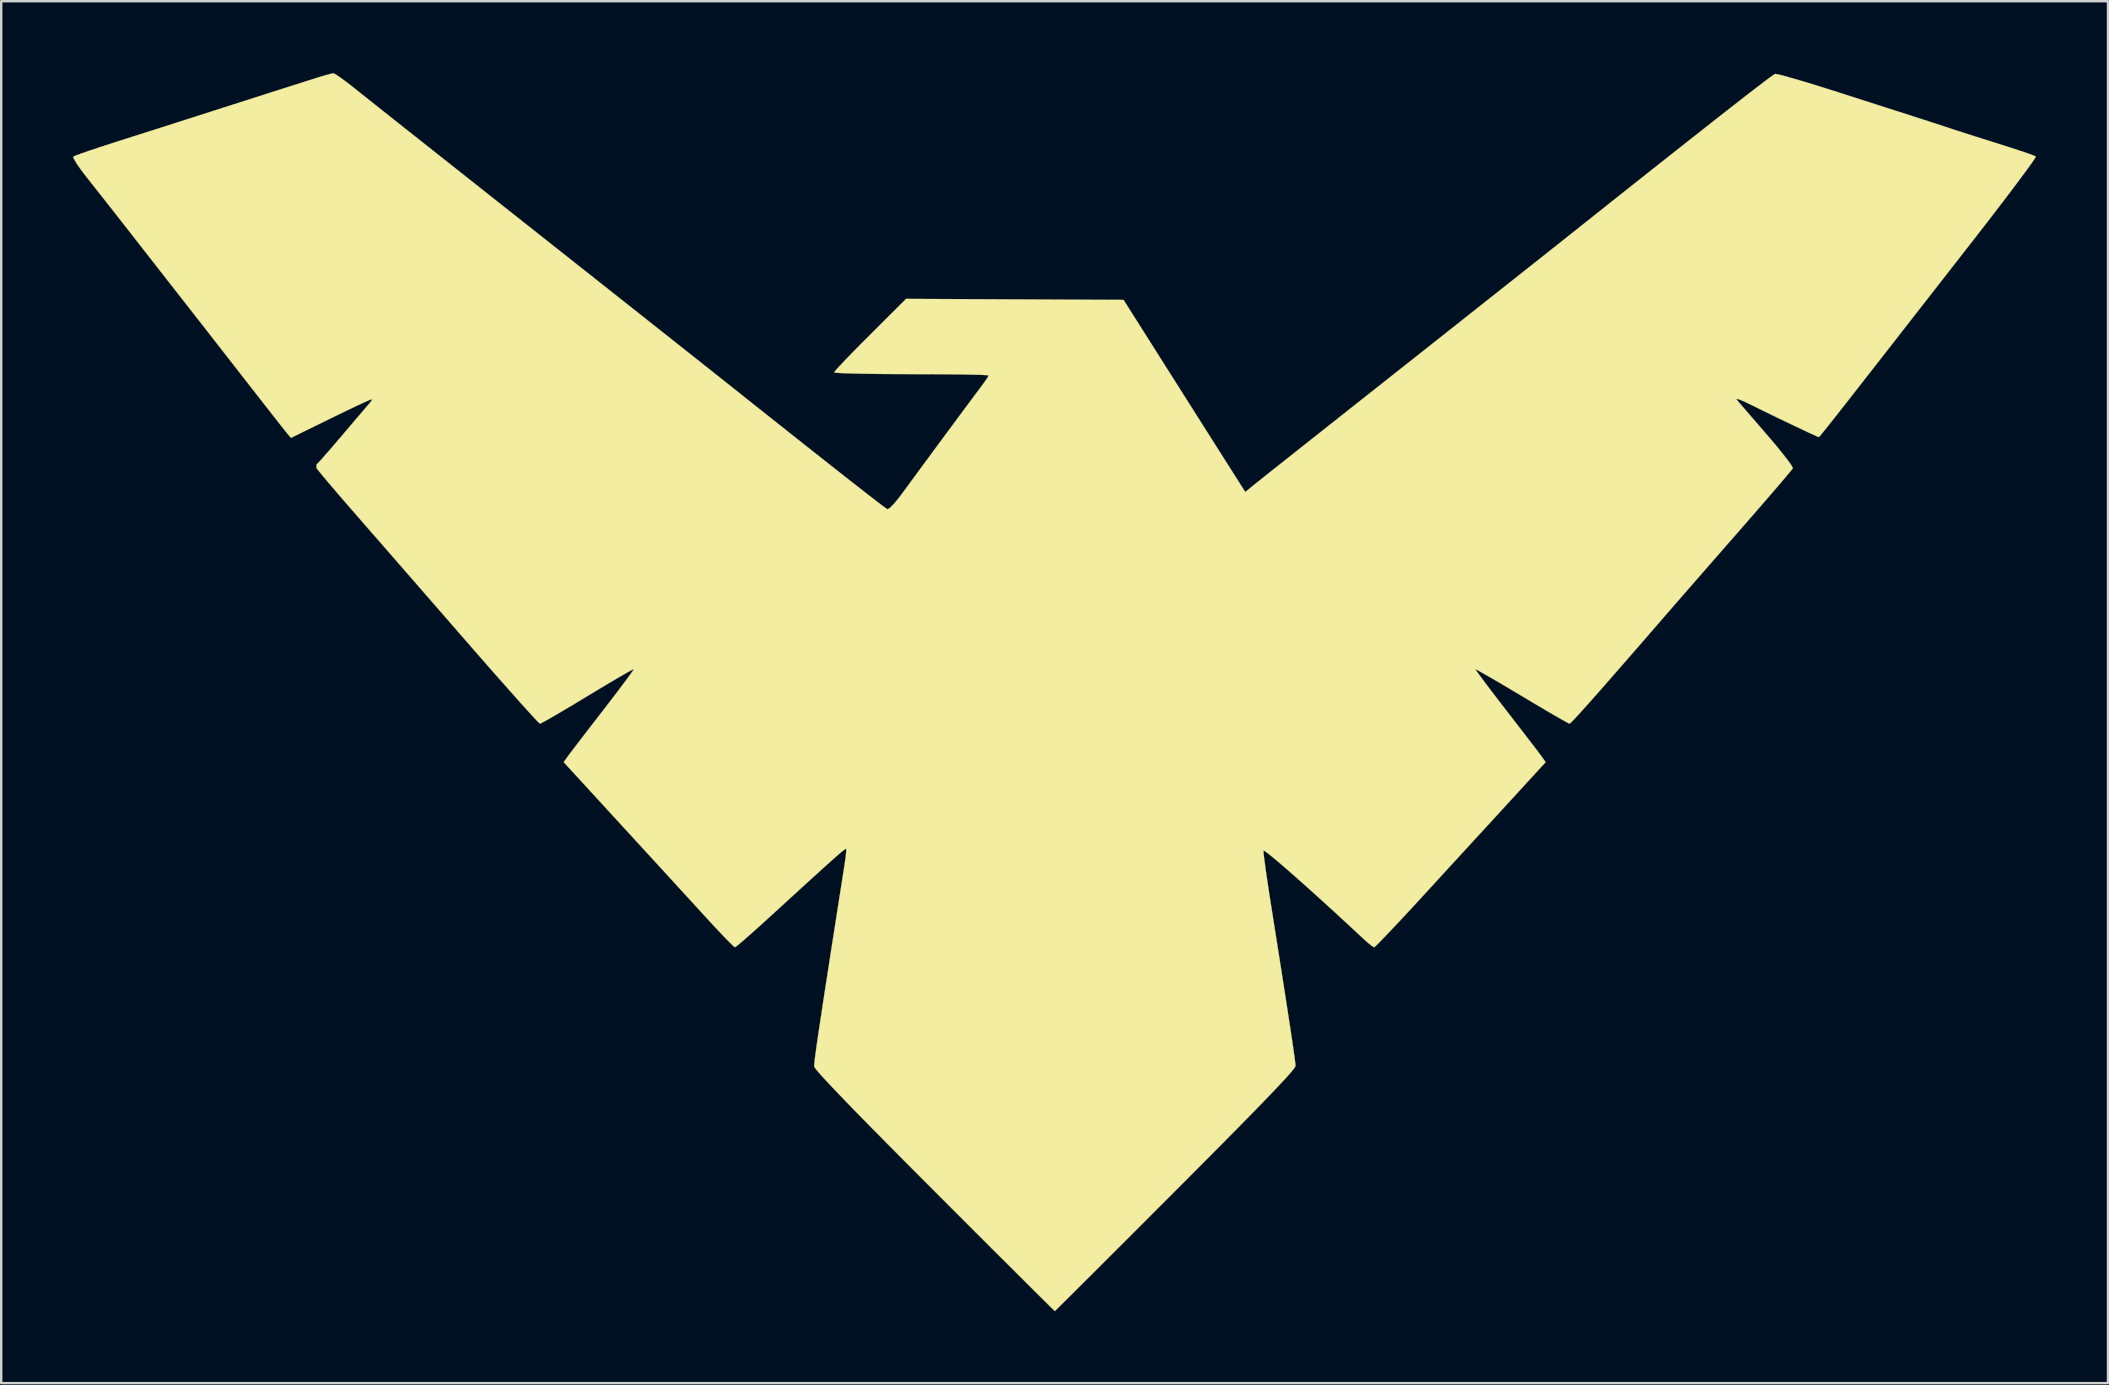
<source format=kicad_pcb>
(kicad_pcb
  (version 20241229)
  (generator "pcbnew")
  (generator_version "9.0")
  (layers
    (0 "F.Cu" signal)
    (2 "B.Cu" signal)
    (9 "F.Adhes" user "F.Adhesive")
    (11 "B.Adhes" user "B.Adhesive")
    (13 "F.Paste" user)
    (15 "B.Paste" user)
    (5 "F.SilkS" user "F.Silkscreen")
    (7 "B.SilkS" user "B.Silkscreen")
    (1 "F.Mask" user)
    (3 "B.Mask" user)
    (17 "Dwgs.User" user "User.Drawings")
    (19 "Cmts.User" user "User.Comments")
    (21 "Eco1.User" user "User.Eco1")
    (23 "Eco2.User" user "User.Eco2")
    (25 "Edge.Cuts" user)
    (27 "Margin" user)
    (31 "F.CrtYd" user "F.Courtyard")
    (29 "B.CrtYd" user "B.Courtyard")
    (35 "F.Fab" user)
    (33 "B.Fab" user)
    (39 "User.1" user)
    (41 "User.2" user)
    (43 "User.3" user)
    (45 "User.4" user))
  (footprint "nightwing_large"
    (layer "F.Cu")
    (at 40.76 24.896)
    (property "Reference" "nightwing_large" (at 0 0 0) (layer "F.SilkS") (effects (font (size 1.524 1.524) (thickness 0.3))))
    (attr through_hole)
    (fp_poly (pts (xy -29.816 -24.841) (xy -29.614 -24.703) (xy -29.336 -24.497) (xy -29.01 -24.243) (xy -28.942 -24.188) (xy -28.748 -24.033) (xy -28.432 -23.781) (xy -28.004 -23.442) (xy -27.477 -23.023) (xy -26.86 -22.535) (xy -26.165 -21.984) (xy -25.402 -21.38) (xy -24.583 -20.732) (xy -23.718 -20.048) (xy -22.818 -19.336) (xy -21.895 -18.606) (xy -21.759 -18.499) (xy -20.807 -17.746) (xy -19.857 -16.995) (xy -18.925 -16.258) (xy -18.021 -15.543) (xy -17.161 -14.863) (xy -16.356 -14.226) (xy -15.619 -13.643) (xy -14.964 -13.124) (xy -14.404 -12.68) (xy -13.951 -12.321) (xy -13.631 -12.067) (xy -12.384 -11.076) (xy -11.267 -10.19) (xy -10.279 -9.407) (xy -9.418 -8.727) (xy -8.684 -8.149) (xy -8.074 -7.671) (xy -7.588 -7.292) (xy -7.223 -7.011) (xy -6.979 -6.827) (xy -6.853 -6.739) (xy -6.838 -6.731) (xy -6.745 -6.78) (xy -6.58 -6.943) (xy -6.369 -7.198) (xy -6.224 -7.39) (xy -5.991 -7.708) (xy -5.69 -8.119) (xy -5.338 -8.597) (xy -4.955 -9.117) (xy -4.557 -9.656) (xy -4.163 -10.188) (xy -3.792 -10.689) (xy -3.461 -11.135) (xy -3.189 -11.502) (xy -2.993 -11.763) (xy -2.951 -11.819) (xy -2.782 -12.05) (xy -2.664 -12.227) (xy -2.625 -12.306) (xy -2.706 -12.318) (xy -2.939 -12.33) (xy -3.304 -12.34) (xy -3.783 -12.348) (xy -4.358 -12.355) (xy -5.011 -12.359) (xy -5.722 -12.361) (xy -5.842 -12.361) (xy -6.561 -12.363) (xy -7.225 -12.368) (xy -7.813 -12.377) (xy -8.31 -12.388) (xy -8.694 -12.401) (xy -8.95 -12.415) (xy -9.057 -12.431) (xy -9.059 -12.434) (xy -9.002 -12.511) (xy -8.84 -12.691) (xy -8.59 -12.955) (xy -8.268 -13.288) (xy -7.89 -13.672) (xy -7.561 -14.001) (xy -6.063 -15.495) (xy -1.534 -15.474) (xy 2.996 -15.452) (xy 4.041 -13.801) (xy 4.364 -13.29) (xy 4.754 -12.673) (xy 5.189 -11.987) (xy 5.645 -11.267) (xy 6.099 -10.551) (xy 6.527 -9.876) (xy 6.575 -9.799) (xy 8.066 -7.449) (xy 8.414 -7.733) (xy 8.56 -7.85) (xy 8.821 -8.058) (xy 9.18 -8.344) (xy 9.621 -8.693) (xy 10.125 -9.093) (xy 10.675 -9.528) (xy 11.255 -9.987) (xy 11.27 -9.999) (xy 12.831 -11.233) (xy 14.287 -12.384) (xy 15.635 -13.45) (xy 16.872 -14.428) (xy 17.995 -15.317) (xy 19.001 -16.113) (xy 19.888 -16.815) (xy 20.652 -17.42) (xy 21.29 -17.926) (xy 21.8 -18.331) (xy 22.013 -18.5) (xy 23.34 -19.555) (xy 24.555 -20.519) (xy 25.657 -21.39) (xy 26.642 -22.168) (xy 27.51 -22.851) (xy 28.258 -23.438) (xy 28.884 -23.926) (xy 29.387 -24.314) (xy 29.763 -24.601) (xy 30.013 -24.785) (xy 30.133 -24.864) (xy 30.14 -24.867) (xy 30.251 -24.851) (xy 30.503 -24.787) (xy 30.874 -24.683) (xy 31.345 -24.545) (xy 31.894 -24.377) (xy 32.501 -24.187) (xy 32.811 -24.088) (xy 33.481 -23.873) (xy 34.139 -23.661) (xy 34.756 -23.463) (xy 35.306 -23.287) (xy 35.758 -23.142) (xy 36.086 -23.036) (xy 36.153 -23.015) (xy 36.562 -22.883) (xy 36.971 -22.75) (xy 37.314 -22.637) (xy 37.423 -22.601) (xy 37.655 -22.524) (xy 38.013 -22.409) (xy 38.46 -22.266) (xy 38.961 -22.108) (xy 39.412 -21.965) (xy 39.894 -21.812) (xy 40.32 -21.673) (xy 40.664 -21.556) (xy 40.9 -21.471) (xy 41 -21.427) (xy 41.001 -21.427) (xy 40.963 -21.351) (xy 40.829 -21.155) (xy 40.609 -20.85) (xy 40.312 -20.449) (xy 39.948 -19.964) (xy 39.525 -19.409) (xy 39.054 -18.795) (xy 38.542 -18.134) (xy 38.262 -17.775) (xy 37.657 -16.999) (xy 37.024 -16.187) (xy 36.381 -15.363) (xy 35.747 -14.551) (xy 35.143 -13.776) (xy 34.587 -13.063) (xy 34.098 -12.437) (xy 33.725 -11.959) (xy 33.311 -11.429) (xy 32.931 -10.945) (xy 32.597 -10.521) (xy 32.321 -10.173) (xy 32.116 -9.917) (xy 31.994 -9.769) (xy 31.964 -9.737) (xy 31.876 -9.772) (xy 31.664 -9.867) (xy 31.356 -10.011) (xy 30.98 -10.189) (xy 30.563 -10.388) (xy 30.135 -10.594) (xy 29.721 -10.795) (xy 29.352 -10.977) (xy 29.21 -11.048) (xy 28.856 -11.218) (xy 28.625 -11.313) (xy 28.527 -11.329) (xy 28.54 -11.292) (xy 28.635 -11.181) (xy 28.822 -10.964) (xy 29.081 -10.664) (xy 29.394 -10.303) (xy 29.74 -9.902) (xy 29.796 -9.837) (xy 30.134 -9.44) (xy 30.427 -9.081) (xy 30.659 -8.783) (xy 30.815 -8.566) (xy 30.877 -8.45) (xy 30.877 -8.44) (xy 30.813 -8.356) (xy 30.651 -8.159) (xy 30.401 -7.864) (xy 30.076 -7.484) (xy 29.688 -7.035) (xy 29.249 -6.529) (xy 28.773 -5.983) (xy 28.647 -5.839) (xy 28.121 -5.238) (xy 27.595 -4.636) (xy 27.087 -4.054) (xy 26.615 -3.513) (xy 26.199 -3.036) (xy 25.858 -2.644) (xy 25.618 -2.368) (xy 24.756 -1.373) (xy 24.002 -0.505) (xy 23.353 0.238) (xy 22.809 0.859) (xy 22.366 1.359) (xy 22.023 1.741) (xy 21.778 2.007) (xy 21.629 2.16) (xy 21.576 2.201) (xy 21.488 2.159) (xy 21.275 2.041) (xy 20.956 1.859) (xy 20.552 1.623) (xy 20.082 1.345) (xy 19.593 1.053) (xy 19.082 0.748) (xy 18.62 0.475) (xy 18.227 0.246) (xy 17.922 0.072) (xy 17.724 -0.037) (xy 17.653 -0.069) (xy 17.696 0.002) (xy 17.83 0.189) (xy 18.04 0.473) (xy 18.314 0.836) (xy 18.639 1.26) (xy 18.94 1.651) (xy 19.308 2.127) (xy 19.65 2.569) (xy 19.948 2.958) (xy 20.188 3.271) (xy 20.352 3.487) (xy 20.416 3.574) (xy 20.58 3.803) (xy 19.16 5.352) (xy 18.765 5.783) (xy 18.405 6.175) (xy 18.097 6.511) (xy 17.858 6.771) (xy 17.704 6.939) (xy 17.654 6.992) (xy 17.579 7.074) (xy 17.403 7.266) (xy 17.139 7.554) (xy 16.802 7.921) (xy 16.404 8.354) (xy 15.961 8.838) (xy 15.538 9.3) (xy 15.066 9.812) (xy 14.629 10.283) (xy 14.24 10.698) (xy 13.913 11.042) (xy 13.661 11.303) (xy 13.497 11.465) (xy 13.436 11.515) (xy 13.342 11.461) (xy 13.166 11.32) (xy 12.969 11.143) (xy 12.364 10.58) (xy 11.768 10.03) (xy 11.192 9.506) (xy 10.65 9.018) (xy 10.155 8.578) (xy 9.719 8.196) (xy 9.355 7.885) (xy 9.076 7.655) (xy 8.894 7.518) (xy 8.823 7.484) (xy 8.822 7.485) (xy 8.828 7.597) (xy 8.858 7.852) (xy 8.909 8.228) (xy 8.977 8.7) (xy 9.059 9.246) (xy 9.144 9.79) (xy 9.362 11.166) (xy 9.553 12.378) (xy 9.717 13.428) (xy 9.854 14.318) (xy 9.966 15.051) (xy 10.052 15.63) (xy 10.113 16.056) (xy 10.149 16.333) (xy 10.16 16.462) (xy 10.119 16.539) (xy 9.995 16.695) (xy 9.783 16.936) (xy 9.479 17.264) (xy 9.079 17.684) (xy 8.58 18.201) (xy 7.976 18.818) (xy 7.265 19.539) (xy 6.442 20.369) (xy 5.504 21.311) (xy 5.157 21.659) (xy 4.394 22.422) (xy 3.667 23.151) (xy 2.983 23.835) (xy 2.351 24.465) (xy 1.781 25.035) (xy 1.281 25.533) (xy 0.86 25.953) (xy 0.526 26.284) (xy 0.289 26.518) (xy 0.157 26.647) (xy 0.132 26.67) (xy 0.071 26.612) (xy -0.102 26.442) (xy -0.376 26.17) (xy -0.744 25.805) (xy -1.196 25.355) (xy -1.723 24.829) (xy -2.318 24.237) (xy -2.97 23.585) (xy -3.671 22.885) (xy -4.412 22.143) (xy -4.876 21.679) (xy -5.914 20.639) (xy -6.83 19.716) (xy -7.626 18.91) (xy -8.301 18.22) (xy -8.856 17.645) (xy -9.292 17.186) (xy -9.609 16.842) (xy -9.807 16.612) (xy -9.887 16.496) (xy -9.889 16.49) (xy -9.89 16.433) (xy -9.882 16.328) (xy -9.864 16.166) (xy -9.835 15.938) (xy -9.793 15.635) (xy -9.737 15.247) (xy -9.665 14.766) (xy -9.576 14.181) (xy -9.47 13.484) (xy -9.343 12.665) (xy -9.196 11.715) (xy -9.026 10.626) (xy -8.832 9.387) (xy -8.624 8.062) (xy -8.581 7.76) (xy -8.558 7.53) (xy -8.559 7.417) (xy -8.561 7.413) (xy -8.587 7.419) (xy -8.652 7.463) (xy -8.765 7.553) (xy -8.935 7.699) (xy -9.173 7.909) (xy -9.487 8.191) (xy -9.888 8.555) (xy -10.385 9.007) (xy -10.988 9.558) (xy -11.668 10.181) (xy -12.083 10.559) (xy -12.458 10.895) (xy -12.775 11.174) (xy -13.015 11.379) (xy -13.159 11.495) (xy -13.193 11.515) (xy -13.269 11.455) (xy -13.44 11.288) (xy -13.687 11.034) (xy -13.993 10.71) (xy -14.338 10.336) (xy -14.399 10.27) (xy -14.717 9.922) (xy -15.129 9.472) (xy -15.614 8.943) (xy -16.151 8.356) (xy -16.72 7.735) (xy -17.301 7.102) (xy -17.872 6.479) (xy -17.932 6.414) (xy -20.327 3.803) (xy -20.163 3.574) (xy -20.067 3.445) (xy -19.883 3.203) (xy -19.628 2.87) (xy -19.318 2.466) (xy -18.968 2.014) (xy -18.687 1.651) (xy -18.332 1.189) (xy -18.015 0.773) (xy -17.751 0.421) (xy -17.552 0.15) (xy -17.433 -0.021) (xy -17.404 -0.074) (xy -17.481 -0.04) (xy -17.684 0.071) (xy -17.992 0.248) (xy -18.387 0.48) (xy -18.849 0.756) (xy -19.334 1.048) (xy -19.846 1.357) (xy -20.312 1.635) (xy -20.712 1.87) (xy -21.026 2.05) (xy -21.234 2.164) (xy -21.315 2.201) (xy -21.385 2.139) (xy -21.554 1.961) (xy -21.813 1.678) (xy -22.152 1.302) (xy -22.559 0.845) (xy -23.025 0.319) (xy -23.538 -0.265) (xy -24.089 -0.894) (xy -24.361 -1.206) (xy -24.993 -1.933) (xy -25.648 -2.685) (xy -26.306 -3.441) (xy -26.947 -4.177) (xy -27.553 -4.873) (xy -28.105 -5.505) (xy -28.583 -6.053) (xy -28.952 -6.477) (xy -29.369 -6.956) (xy -29.749 -7.397) (xy -30.078 -7.783) (xy -30.343 -8.098) (xy -30.528 -8.323) (xy -30.62 -8.443) (xy -30.626 -8.454) (xy -30.624 -8.588) (xy -30.594 -8.623) (xy -30.515 -8.703) (xy -30.347 -8.891) (xy -30.108 -9.164) (xy -29.818 -9.5) (xy -29.545 -9.821) (xy -29.22 -10.204) (xy -28.924 -10.552) (xy -28.678 -10.839) (xy -28.503 -11.042) (xy -28.428 -11.128) (xy -28.328 -11.258) (xy -28.31 -11.32) (xy -28.391 -11.293) (xy -28.601 -11.201) (xy -28.919 -11.054) (xy -29.323 -10.863) (xy -29.789 -10.637) (xy -30.014 -10.527) (xy -31.689 -9.705) (xy -31.868 -9.919) (xy -31.965 -10.041) (xy -32.152 -10.276) (xy -32.411 -10.607) (xy -32.729 -11.013) (xy -33.09 -11.475) (xy -33.479 -11.973) (xy -33.523 -12.03) (xy -33.976 -12.611) (xy -34.458 -13.229) (xy -34.941 -13.849) (xy -35.397 -14.433) (xy -35.797 -14.945) (xy -36.027 -15.24) (xy -36.402 -15.719) (xy -36.846 -16.287) (xy -37.324 -16.898) (xy -37.802 -17.51) (xy -38.245 -18.077) (xy -38.31 -18.161) (xy -38.708 -18.669) (xy -39.112 -19.185) (xy -39.499 -19.677) (xy -39.842 -20.112) (xy -40.116 -20.459) (xy -40.197 -20.561) (xy -40.435 -20.872) (xy -40.62 -21.138) (xy -40.733 -21.33) (xy -40.755 -21.421) (xy -40.755 -21.421) (xy -40.656 -21.466) (xy -40.42 -21.553) (xy -40.071 -21.674) (xy -39.633 -21.82) (xy -39.131 -21.983) (xy -38.904 -22.055) (xy -38.3 -22.248) (xy -37.671 -22.448) (xy -37.064 -22.641) (xy -36.524 -22.814) (xy -36.096 -22.951) (xy -36.068 -22.96) (xy -35.484 -23.147) (xy -34.842 -23.353) (xy -34.164 -23.57) (xy -33.477 -23.79) (xy -32.804 -24.005) (xy -32.17 -24.208) (xy -31.599 -24.389) (xy -31.117 -24.543) (xy -30.748 -24.66) (xy -30.522 -24.732) (xy -30.24 -24.815) (xy -30.018 -24.873) (xy -29.916 -24.891) (xy -29.816 -24.841)) (stroke (width 0.01) (type solid)) (fill yes) (layer "F.SilkS")))
  (gr_rect
    (start -3 -3)
    (end 84.766 54.571)
    (stroke (width 0.1) (type default))
    (fill no)
    (layer "Edge.Cuts")))
</source>
